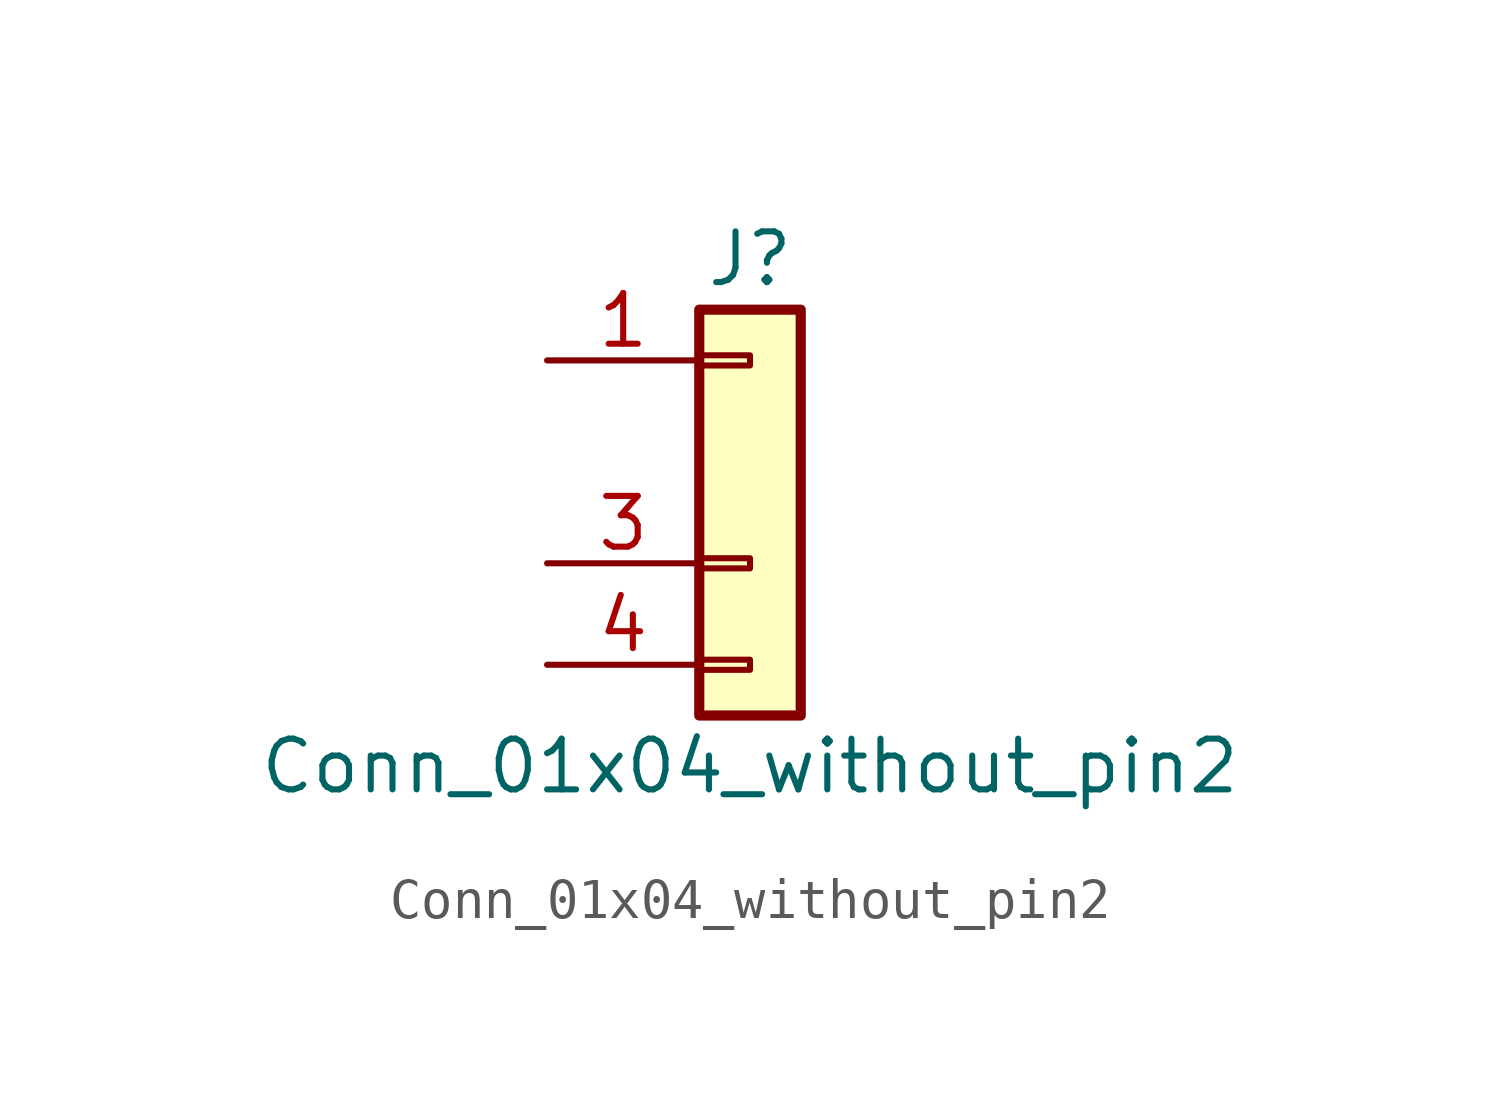
<source format=kicad_sym>
(kicad_symbol_lib
  (version 20220914)
  (generator kicad_symbol_editor)
  (symbol "Conn_01x04_without_pin2"
    (pin_names
      (offset 1.016) hide)
    (property "Reference" "J"
      (at 0 5.08 0)
      (effects (font (size 1.27 1.27))))
    (property "Value" "Conn_01x04_without_pin2"
      (at 0 -7.62 0)
      (effects (font (size 1.27 1.27))))
    (symbol "Conn_01x04_without_pin2_1_1"
      (rectangle (start -1.27 -4.953) (end 0 -5.207) (stroke (width 0.152) (type default)) (fill (type none)))
      (rectangle (start -1.27 -2.413) (end 0 -2.667) (stroke (width 0.152) (type default)) (fill (type none)))
      (rectangle (start -1.27 2.667) (end 0 2.413) (stroke (width 0.152) (type default)) (fill (type none)))
      (rectangle (start -1.27 3.81) (end 1.27 -6.35) (stroke (width 0.254) (type default)) (fill (type background)))
      (pin passive line (at -5.08 2.54 0) (length 3.81) (name "Pin_1" (effects (font (size 1.27 1.27)))) (number "1" (effects (font (size 1.27 1.27)))))
      (pin no_connect line (at -5.08 0 0) (length 3.81) hide (name "Pin_2" (effects (font (size 1.27 1.27)))) (number "2" (effects (font (size 1.27 1.27)))))
      (pin passive line (at -5.08 -2.54 0) (length 3.81) (name "Pin_3" (effects (font (size 1.27 1.27)))) (number "3" (effects (font (size 1.27 1.27)))))
      (pin passive line (at -5.08 -5.08 0) (length 3.81) (name "Pin_4" (effects (font (size 1.27 1.27)))) (number "4" (effects (font (size 1.27 1.27))))))))
</source>
